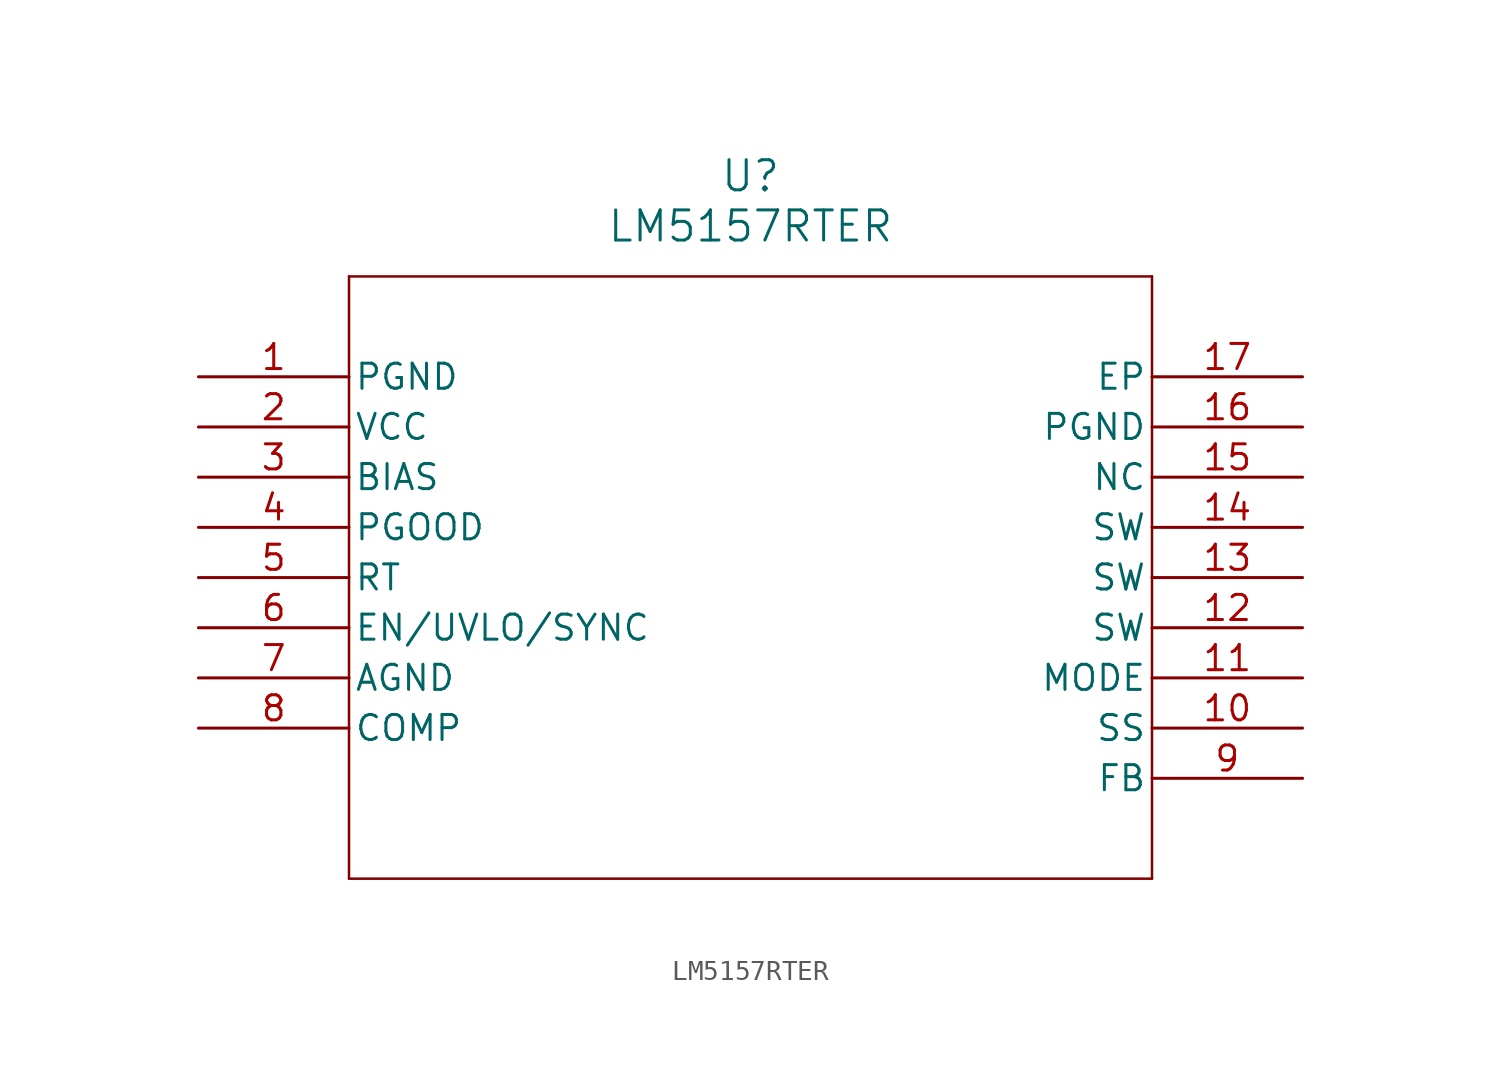
<source format=kicad_sym>
(kicad_symbol_lib
  (version 20231120)
  (generator "kicad_symbol_editor")
  (generator_version "8.0")
  (symbol "LM5157RTER"
    (pin_names
      (offset 0.254))
    (property "Reference" "U"
      (at 27.94 10.16 0)
      (effects (font (size 1.524 1.524))))
    (property "Value" "LM5157RTER"
      (at 27.94 7.62 0)
      (effects (font (size 1.524 1.524))))
    (symbol "LM5157RTER_0_1"
      (polyline (pts (xy 7.62 -25.4) (xy 48.26 -25.4)) (stroke (width 0.127) (type default)) (fill (type none)))
      (polyline (pts (xy 7.62 5.08) (xy 7.62 -25.4)) (stroke (width 0.127) (type default)) (fill (type none)))
      (polyline (pts (xy 48.26 -25.4) (xy 48.26 5.08)) (stroke (width 0.127) (type default)) (fill (type none)))
      (polyline (pts (xy 48.26 5.08) (xy 7.62 5.08)) (stroke (width 0.127) (type default)) (fill (type none)))
      (pin power_out line (at 0 0 0) (length 7.62) (name "PGND" (effects (font (size 1.27 1.27)))) (number "1" (effects (font (size 1.27 1.27)))))
      (pin unspecified line (at 55.88 -17.78 180) (length 7.62) (name "SS" (effects (font (size 1.27 1.27)))) (number "10" (effects (font (size 1.27 1.27)))))
      (pin unspecified line (at 55.88 -15.24 180) (length 7.62) (name "MODE" (effects (font (size 1.27 1.27)))) (number "11" (effects (font (size 1.27 1.27)))))
      (pin unspecified line (at 55.88 -12.7 180) (length 7.62) (name "SW" (effects (font (size 1.27 1.27)))) (number "12" (effects (font (size 1.27 1.27)))))
      (pin unspecified line (at 55.88 -10.16 180) (length 7.62) (name "SW" (effects (font (size 1.27 1.27)))) (number "13" (effects (font (size 1.27 1.27)))))
      (pin unspecified line (at 55.88 -7.62 180) (length 7.62) (name "SW" (effects (font (size 1.27 1.27)))) (number "14" (effects (font (size 1.27 1.27)))))
      (pin power_out line (at 55.88 -2.54 180) (length 7.62) (name "PGND" (effects (font (size 1.27 1.27)))) (number "16" (effects (font (size 1.27 1.27)))))
      (pin unspecified line (at 55.88 0 180) (length 7.62) (name "EP" (effects (font (size 1.27 1.27)))) (number "17" (effects (font (size 1.27 1.27)))))
      (pin power_in line (at 0 -2.54 0) (length 7.62) (name "VCC" (effects (font (size 1.27 1.27)))) (number "2" (effects (font (size 1.27 1.27)))))
      (pin unspecified line (at 0 -5.08 0) (length 7.62) (name "BIAS" (effects (font (size 1.27 1.27)))) (number "3" (effects (font (size 1.27 1.27)))))
      (pin power_in line (at 0 -7.62 0) (length 7.62) (name "PGOOD" (effects (font (size 1.27 1.27)))) (number "4" (effects (font (size 1.27 1.27)))))
      (pin unspecified line (at 0 -10.16 0) (length 7.62) (name "RT" (effects (font (size 1.27 1.27)))) (number "5" (effects (font (size 1.27 1.27)))))
      (pin unspecified line (at 0 -12.7 0) (length 7.62) (name "EN/UVLO/SYNC" (effects (font (size 1.27 1.27)))) (number "6" (effects (font (size 1.27 1.27)))))
      (pin power_out line (at 0 -15.24 0) (length 7.62) (name "AGND" (effects (font (size 1.27 1.27)))) (number "7" (effects (font (size 1.27 1.27)))))
      (pin unspecified line (at 0 -17.78 0) (length 7.62) (name "COMP" (effects (font (size 1.27 1.27)))) (number "8" (effects (font (size 1.27 1.27)))))
      (pin unspecified line (at 55.88 -20.32 180) (length 7.62) (name "FB" (effects (font (size 1.27 1.27)))) (number "9" (effects (font (size 1.27 1.27))))))
    (symbol "LM5157RTER_1_1"
      (pin unspecified line (at 55.88 -5.08 180) (length 7.62) (name "NC" (effects (font (size 1.27 1.27)))) (number "15" (effects (font (size 1.27 1.27))))))))
</source>
